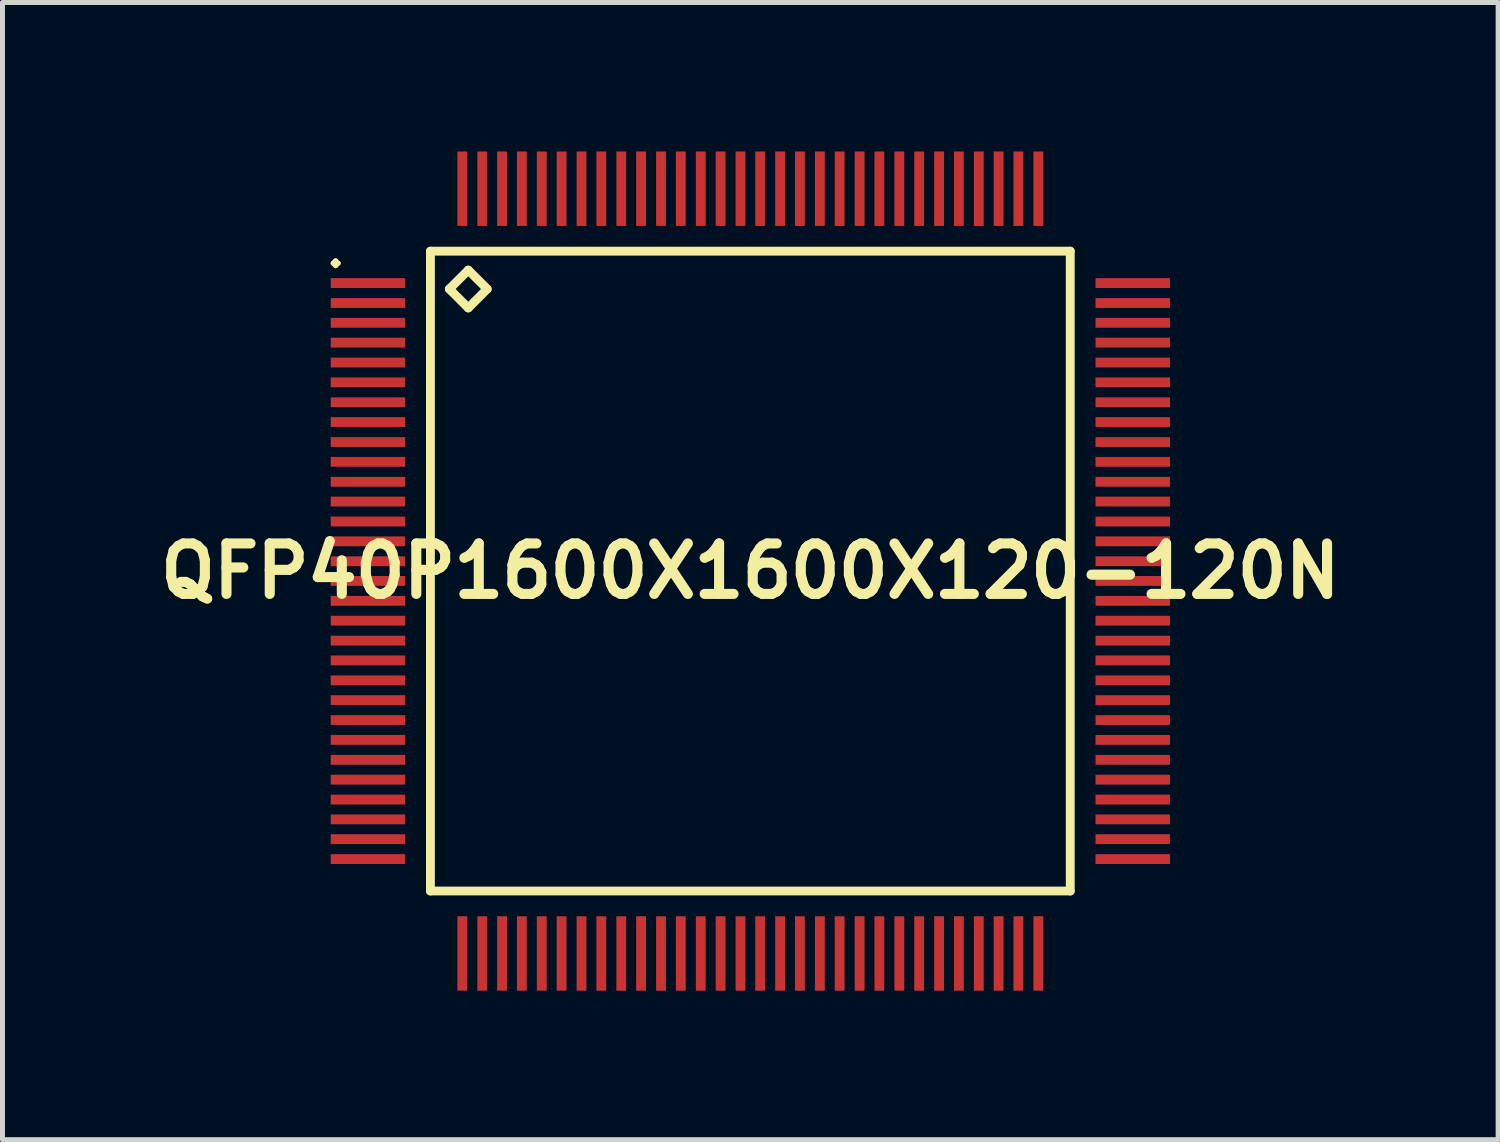
<source format=kicad_pcb>
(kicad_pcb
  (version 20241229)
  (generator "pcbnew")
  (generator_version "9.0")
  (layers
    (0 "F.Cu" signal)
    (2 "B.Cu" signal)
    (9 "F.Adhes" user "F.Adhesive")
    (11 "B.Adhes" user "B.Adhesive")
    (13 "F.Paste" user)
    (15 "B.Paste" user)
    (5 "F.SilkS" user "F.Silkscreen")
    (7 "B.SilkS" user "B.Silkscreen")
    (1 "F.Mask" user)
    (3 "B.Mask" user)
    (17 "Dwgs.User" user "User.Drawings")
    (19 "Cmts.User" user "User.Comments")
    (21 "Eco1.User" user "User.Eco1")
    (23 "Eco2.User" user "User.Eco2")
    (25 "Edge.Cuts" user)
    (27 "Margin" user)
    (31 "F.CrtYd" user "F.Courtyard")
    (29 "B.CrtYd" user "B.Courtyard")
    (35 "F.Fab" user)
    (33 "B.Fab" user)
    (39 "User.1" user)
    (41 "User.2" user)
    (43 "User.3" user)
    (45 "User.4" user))
  (footprint "QFP40P1600X1600X120-120N"
    (layer "F.Cu")
    (at 12.057 8.448)
    (property "Reference" "QFP40P1600X1600X120-120N" (at 0 0 0) (layer "F.SilkS") (effects (font (size 1.016 1.016) (thickness 0.203))))
    (attr smd)
    (fp_line (start -8.4 -6.198) (end -8.349 -6.248) (stroke (width 0.099) (type solid)) (layer "F.SilkS"))
    (fp_line (start -8.349 -6.248) (end -8.298 -6.198) (stroke (width 0.099) (type solid)) (layer "F.SilkS"))
    (fp_line (start -8.349 -6.149) (end -8.4 -6.198) (stroke (width 0.099) (type solid)) (layer "F.SilkS"))
    (fp_line (start -8.298 -6.198) (end -8.349 -6.149) (stroke (width 0.099) (type solid)) (layer "F.SilkS"))
    (fp_line (start -6.441 -6.441) (end -6.441 6.441) (stroke (width 0.178) (type solid)) (layer "F.SilkS"))
    (fp_line (start -6.441 6.441) (end 6.441 6.441) (stroke (width 0.178) (type solid)) (layer "F.SilkS"))
    (fp_line (start -6.06 -5.679) (end -5.679 -6.06) (stroke (width 0.178) (type solid)) (layer "F.SilkS"))
    (fp_line (start -5.679 -6.06) (end -5.298 -5.679) (stroke (width 0.178) (type solid)) (layer "F.SilkS"))
    (fp_line (start -5.679 -5.298) (end -6.06 -5.679) (stroke (width 0.178) (type solid)) (layer "F.SilkS"))
    (fp_line (start -5.298 -5.679) (end -5.679 -5.298) (stroke (width 0.178) (type solid)) (layer "F.SilkS"))
    (fp_line (start 6.441 -6.441) (end -6.441 -6.441) (stroke (width 0.178) (type solid)) (layer "F.SilkS"))
    (fp_line (start 6.441 6.441) (end 6.441 -6.441) (stroke (width 0.178) (type solid)) (layer "F.SilkS"))
    (pad "1" smd rect (at -7.699 -5.799) (size 1.499 0.198) (layers "F.Cu" "F.Mask" "F.Paste"))
    (pad "2" smd rect (at -7.699 -5.397) (size 1.499 0.198) (layers "F.Cu" "F.Mask" "F.Paste"))
    (pad "3" smd rect (at -7.699 -4.999) (size 1.499 0.198) (layers "F.Cu" "F.Mask" "F.Paste"))
    (pad "4" smd rect (at -7.699 -4.6) (size 1.499 0.198) (layers "F.Cu" "F.Mask" "F.Paste"))
    (pad "5" smd rect (at -7.699 -4.199) (size 1.499 0.198) (layers "F.Cu" "F.Mask" "F.Paste"))
    (pad "6" smd rect (at -7.699 -3.8) (size 1.499 0.198) (layers "F.Cu" "F.Mask" "F.Paste"))
    (pad "7" smd rect (at -7.699 -3.399) (size 1.499 0.198) (layers "F.Cu" "F.Mask" "F.Paste"))
    (pad "8" smd rect (at -7.699 -3) (size 1.499 0.198) (layers "F.Cu" "F.Mask" "F.Paste"))
    (pad "9" smd rect (at -7.699 -2.598) (size 1.499 0.198) (layers "F.Cu" "F.Mask" "F.Paste"))
    (pad "10" smd rect (at -7.699 -2.2) (size 1.499 0.198) (layers "F.Cu" "F.Mask" "F.Paste"))
    (pad "11" smd rect (at -7.699 -1.798) (size 1.499 0.198) (layers "F.Cu" "F.Mask" "F.Paste"))
    (pad "12" smd rect (at -7.699 -1.4) (size 1.499 0.198) (layers "F.Cu" "F.Mask" "F.Paste"))
    (pad "13" smd rect (at -7.699 -0.998) (size 1.499 0.198) (layers "F.Cu" "F.Mask" "F.Paste"))
    (pad "14" smd rect (at -7.699 -0.599) (size 1.499 0.198) (layers "F.Cu" "F.Mask" "F.Paste"))
    (pad "15" smd rect (at -7.699 -0.198) (size 1.499 0.198) (layers "F.Cu" "F.Mask" "F.Paste"))
    (pad "16" smd rect (at -7.699 0.198) (size 1.499 0.198) (layers "F.Cu" "F.Mask" "F.Paste"))
    (pad "17" smd rect (at -7.699 0.599) (size 1.499 0.198) (layers "F.Cu" "F.Mask" "F.Paste"))
    (pad "18" smd rect (at -7.699 0.998) (size 1.499 0.198) (layers "F.Cu" "F.Mask" "F.Paste"))
    (pad "19" smd rect (at -7.699 1.4) (size 1.499 0.198) (layers "F.Cu" "F.Mask" "F.Paste"))
    (pad "20" smd rect (at -7.699 1.798) (size 1.499 0.198) (layers "F.Cu" "F.Mask" "F.Paste"))
    (pad "21" smd rect (at -7.699 2.2) (size 1.499 0.198) (layers "F.Cu" "F.Mask" "F.Paste"))
    (pad "22" smd rect (at -7.699 2.598) (size 1.499 0.198) (layers "F.Cu" "F.Mask" "F.Paste"))
    (pad "23" smd rect (at -7.699 3) (size 1.499 0.198) (layers "F.Cu" "F.Mask" "F.Paste"))
    (pad "24" smd rect (at -7.699 3.399) (size 1.499 0.198) (layers "F.Cu" "F.Mask" "F.Paste"))
    (pad "25" smd rect (at -7.699 3.8) (size 1.499 0.198) (layers "F.Cu" "F.Mask" "F.Paste"))
    (pad "26" smd rect (at -7.699 4.199) (size 1.499 0.198) (layers "F.Cu" "F.Mask" "F.Paste"))
    (pad "27" smd rect (at -7.699 4.6) (size 1.499 0.198) (layers "F.Cu" "F.Mask" "F.Paste"))
    (pad "28" smd rect (at -7.699 4.999) (size 1.499 0.198) (layers "F.Cu" "F.Mask" "F.Paste"))
    (pad "29" smd rect (at -7.699 5.397) (size 1.499 0.198) (layers "F.Cu" "F.Mask" "F.Paste"))
    (pad "30" smd rect (at -7.699 5.799) (size 1.499 0.198) (layers "F.Cu" "F.Mask" "F.Paste"))
    (pad "31" smd rect (at -5.799 7.699) (size 0.198 1.499) (layers "F.Cu" "F.Mask" "F.Paste"))
    (pad "32" smd rect (at -5.397 7.699) (size 0.198 1.499) (layers "F.Cu" "F.Mask" "F.Paste"))
    (pad "33" smd rect (at -4.999 7.699) (size 0.198 1.499) (layers "F.Cu" "F.Mask" "F.Paste"))
    (pad "34" smd rect (at -4.6 7.699) (size 0.198 1.499) (layers "F.Cu" "F.Mask" "F.Paste"))
    (pad "35" smd rect (at -4.199 7.699) (size 0.198 1.499) (layers "F.Cu" "F.Mask" "F.Paste"))
    (pad "36" smd rect (at -3.8 7.699) (size 0.198 1.499) (layers "F.Cu" "F.Mask" "F.Paste"))
    (pad "37" smd rect (at -3.399 7.699) (size 0.198 1.499) (layers "F.Cu" "F.Mask" "F.Paste"))
    (pad "38" smd rect (at -3 7.699) (size 0.198 1.499) (layers "F.Cu" "F.Mask" "F.Paste"))
    (pad "39" smd rect (at -2.598 7.699) (size 0.198 1.499) (layers "F.Cu" "F.Mask" "F.Paste"))
    (pad "40" smd rect (at -2.2 7.699) (size 0.198 1.499) (layers "F.Cu" "F.Mask" "F.Paste"))
    (pad "41" smd rect (at -1.798 7.699) (size 0.198 1.499) (layers "F.Cu" "F.Mask" "F.Paste"))
    (pad "42" smd rect (at -1.4 7.699) (size 0.198 1.499) (layers "F.Cu" "F.Mask" "F.Paste"))
    (pad "43" smd rect (at -0.998 7.699) (size 0.198 1.499) (layers "F.Cu" "F.Mask" "F.Paste"))
    (pad "44" smd rect (at -0.599 7.699) (size 0.198 1.499) (layers "F.Cu" "F.Mask" "F.Paste"))
    (pad "45" smd rect (at -0.198 7.699) (size 0.198 1.499) (layers "F.Cu" "F.Mask" "F.Paste"))
    (pad "46" smd rect (at 0.198 7.699) (size 0.198 1.499) (layers "F.Cu" "F.Mask" "F.Paste"))
    (pad "47" smd rect (at 0.599 7.699) (size 0.198 1.499) (layers "F.Cu" "F.Mask" "F.Paste"))
    (pad "48" smd rect (at 0.998 7.699) (size 0.198 1.499) (layers "F.Cu" "F.Mask" "F.Paste"))
    (pad "49" smd rect (at 1.4 7.699) (size 0.198 1.499) (layers "F.Cu" "F.Mask" "F.Paste"))
    (pad "50" smd rect (at 1.798 7.699) (size 0.198 1.499) (layers "F.Cu" "F.Mask" "F.Paste"))
    (pad "51" smd rect (at 2.2 7.699) (size 0.198 1.499) (layers "F.Cu" "F.Mask" "F.Paste"))
    (pad "52" smd rect (at 2.598 7.699) (size 0.198 1.499) (layers "F.Cu" "F.Mask" "F.Paste"))
    (pad "53" smd rect (at 3 7.699) (size 0.198 1.499) (layers "F.Cu" "F.Mask" "F.Paste"))
    (pad "54" smd rect (at 3.399 7.699) (size 0.198 1.499) (layers "F.Cu" "F.Mask" "F.Paste"))
    (pad "55" smd rect (at 3.8 7.699) (size 0.198 1.499) (layers "F.Cu" "F.Mask" "F.Paste"))
    (pad "56" smd rect (at 4.199 7.699) (size 0.198 1.499) (layers "F.Cu" "F.Mask" "F.Paste"))
    (pad "57" smd rect (at 4.6 7.699) (size 0.198 1.499) (layers "F.Cu" "F.Mask" "F.Paste"))
    (pad "58" smd rect (at 4.999 7.699) (size 0.198 1.499) (layers "F.Cu" "F.Mask" "F.Paste"))
    (pad "59" smd rect (at 5.397 7.699) (size 0.198 1.499) (layers "F.Cu" "F.Mask" "F.Paste"))
    (pad "60" smd rect (at 5.799 7.699) (size 0.198 1.499) (layers "F.Cu" "F.Mask" "F.Paste"))
    (pad "61" smd rect (at 7.699 5.799) (size 1.499 0.198) (layers "F.Cu" "F.Mask" "F.Paste"))
    (pad "62" smd rect (at 7.699 5.397) (size 1.499 0.198) (layers "F.Cu" "F.Mask" "F.Paste"))
    (pad "63" smd rect (at 7.699 4.999) (size 1.499 0.198) (layers "F.Cu" "F.Mask" "F.Paste"))
    (pad "64" smd rect (at 7.699 4.6) (size 1.499 0.198) (layers "F.Cu" "F.Mask" "F.Paste"))
    (pad "65" smd rect (at 7.699 4.199) (size 1.499 0.198) (layers "F.Cu" "F.Mask" "F.Paste"))
    (pad "66" smd rect (at 7.699 3.8) (size 1.499 0.198) (layers "F.Cu" "F.Mask" "F.Paste"))
    (pad "67" smd rect (at 7.699 3.399) (size 1.499 0.198) (layers "F.Cu" "F.Mask" "F.Paste"))
    (pad "68" smd rect (at 7.699 3) (size 1.499 0.198) (layers "F.Cu" "F.Mask" "F.Paste"))
    (pad "69" smd rect (at 7.699 2.598) (size 1.499 0.198) (layers "F.Cu" "F.Mask" "F.Paste"))
    (pad "70" smd rect (at 7.699 2.2) (size 1.499 0.198) (layers "F.Cu" "F.Mask" "F.Paste"))
    (pad "71" smd rect (at 7.699 1.798) (size 1.499 0.198) (layers "F.Cu" "F.Mask" "F.Paste"))
    (pad "72" smd rect (at 7.699 1.4) (size 1.499 0.198) (layers "F.Cu" "F.Mask" "F.Paste"))
    (pad "73" smd rect (at 7.699 0.998) (size 1.499 0.198) (layers "F.Cu" "F.Mask" "F.Paste"))
    (pad "74" smd rect (at 7.699 0.599) (size 1.499 0.198) (layers "F.Cu" "F.Mask" "F.Paste"))
    (pad "75" smd rect (at 7.699 0.198) (size 1.499 0.198) (layers "F.Cu" "F.Mask" "F.Paste"))
    (pad "76" smd rect (at 7.699 -0.198) (size 1.499 0.198) (layers "F.Cu" "F.Mask" "F.Paste"))
    (pad "77" smd rect (at 7.699 -0.599) (size 1.499 0.198) (layers "F.Cu" "F.Mask" "F.Paste"))
    (pad "78" smd rect (at 7.699 -0.998) (size 1.499 0.198) (layers "F.Cu" "F.Mask" "F.Paste"))
    (pad "79" smd rect (at 7.699 -1.4) (size 1.499 0.198) (layers "F.Cu" "F.Mask" "F.Paste"))
    (pad "80" smd rect (at 7.699 -1.798) (size 1.499 0.198) (layers "F.Cu" "F.Mask" "F.Paste"))
    (pad "81" smd rect (at 7.699 -2.2) (size 1.499 0.198) (layers "F.Cu" "F.Mask" "F.Paste"))
    (pad "82" smd rect (at 7.699 -2.598) (size 1.499 0.198) (layers "F.Cu" "F.Mask" "F.Paste"))
    (pad "83" smd rect (at 7.699 -3) (size 1.499 0.198) (layers "F.Cu" "F.Mask" "F.Paste"))
    (pad "84" smd rect (at 7.699 -3.399) (size 1.499 0.198) (layers "F.Cu" "F.Mask" "F.Paste"))
    (pad "85" smd rect (at 7.699 -3.8) (size 1.499 0.198) (layers "F.Cu" "F.Mask" "F.Paste"))
    (pad "86" smd rect (at 7.699 -4.199) (size 1.499 0.198) (layers "F.Cu" "F.Mask" "F.Paste"))
    (pad "87" smd rect (at 7.699 -4.6) (size 1.499 0.198) (layers "F.Cu" "F.Mask" "F.Paste"))
    (pad "88" smd rect (at 7.699 -4.999) (size 1.499 0.198) (layers "F.Cu" "F.Mask" "F.Paste"))
    (pad "89" smd rect (at 7.699 -5.397) (size 1.499 0.198) (layers "F.Cu" "F.Mask" "F.Paste"))
    (pad "90" smd rect (at 7.699 -5.799) (size 1.499 0.198) (layers "F.Cu" "F.Mask" "F.Paste"))
    (pad "91" smd rect (at 5.799 -7.699) (size 0.198 1.499) (layers "F.Cu" "F.Mask" "F.Paste"))
    (pad "92" smd rect (at 5.397 -7.699) (size 0.198 1.499) (layers "F.Cu" "F.Mask" "F.Paste"))
    (pad "93" smd rect (at 4.999 -7.699) (size 0.198 1.499) (layers "F.Cu" "F.Mask" "F.Paste"))
    (pad "94" smd rect (at 4.6 -7.699) (size 0.198 1.499) (layers "F.Cu" "F.Mask" "F.Paste"))
    (pad "95" smd rect (at 4.199 -7.699) (size 0.198 1.499) (layers "F.Cu" "F.Mask" "F.Paste"))
    (pad "96" smd rect (at 3.8 -7.699) (size 0.198 1.499) (layers "F.Cu" "F.Mask" "F.Paste"))
    (pad "97" smd rect (at 3.399 -7.699) (size 0.198 1.499) (layers "F.Cu" "F.Mask" "F.Paste"))
    (pad "98" smd rect (at 3 -7.699) (size 0.198 1.499) (layers "F.Cu" "F.Mask" "F.Paste"))
    (pad "99" smd rect (at 2.598 -7.699) (size 0.198 1.499) (layers "F.Cu" "F.Mask" "F.Paste"))
    (pad "100" smd rect (at 2.2 -7.699) (size 0.198 1.499) (layers "F.Cu" "F.Mask" "F.Paste"))
    (pad "101" smd rect (at 1.798 -7.699) (size 0.198 1.499) (layers "F.Cu" "F.Mask" "F.Paste"))
    (pad "102" smd rect (at 1.4 -7.699) (size 0.198 1.499) (layers "F.Cu" "F.Mask" "F.Paste"))
    (pad "103" smd rect (at 0.998 -7.699) (size 0.198 1.499) (layers "F.Cu" "F.Mask" "F.Paste"))
    (pad "104" smd rect (at 0.599 -7.699) (size 0.198 1.499) (layers "F.Cu" "F.Mask" "F.Paste"))
    (pad "105" smd rect (at 0.198 -7.699) (size 0.198 1.499) (layers "F.Cu" "F.Mask" "F.Paste"))
    (pad "106" smd rect (at -0.198 -7.699) (size 0.198 1.499) (layers "F.Cu" "F.Mask" "F.Paste"))
    (pad "107" smd rect (at -0.599 -7.699) (size 0.198 1.499) (layers "F.Cu" "F.Mask" "F.Paste"))
    (pad "108" smd rect (at -0.998 -7.699) (size 0.198 1.499) (layers "F.Cu" "F.Mask" "F.Paste"))
    (pad "109" smd rect (at -1.4 -7.699) (size 0.198 1.499) (layers "F.Cu" "F.Mask" "F.Paste"))
    (pad "110" smd rect (at -1.798 -7.699) (size 0.198 1.499) (layers "F.Cu" "F.Mask" "F.Paste"))
    (pad "111" smd rect (at -2.2 -7.699) (size 0.198 1.499) (layers "F.Cu" "F.Mask" "F.Paste"))
    (pad "112" smd rect (at -2.598 -7.699) (size 0.198 1.499) (layers "F.Cu" "F.Mask" "F.Paste"))
    (pad "113" smd rect (at -3 -7.699) (size 0.198 1.499) (layers "F.Cu" "F.Mask" "F.Paste"))
    (pad "114" smd rect (at -3.399 -7.699) (size 0.198 1.499) (layers "F.Cu" "F.Mask" "F.Paste"))
    (pad "115" smd rect (at -3.8 -7.699) (size 0.198 1.499) (layers "F.Cu" "F.Mask" "F.Paste"))
    (pad "116" smd rect (at -4.199 -7.699) (size 0.198 1.499) (layers "F.Cu" "F.Mask" "F.Paste"))
    (pad "117" smd rect (at -4.6 -7.699) (size 0.198 1.499) (layers "F.Cu" "F.Mask" "F.Paste"))
    (pad "118" smd rect (at -4.999 -7.699) (size 0.198 1.499) (layers "F.Cu" "F.Mask" "F.Paste"))
    (pad "119" smd rect (at -5.397 -7.699) (size 0.198 1.499) (layers "F.Cu" "F.Mask" "F.Paste"))
    (pad "120" smd rect (at -5.799 -7.699) (size 0.198 1.499) (layers "F.Cu" "F.Mask" "F.Paste")))
  (gr_rect
    (start -3 -3)
    (end 27.113 19.896)
    (stroke (width 0.1) (type default))
    (fill no)
    (layer "Edge.Cuts")))
</source>
